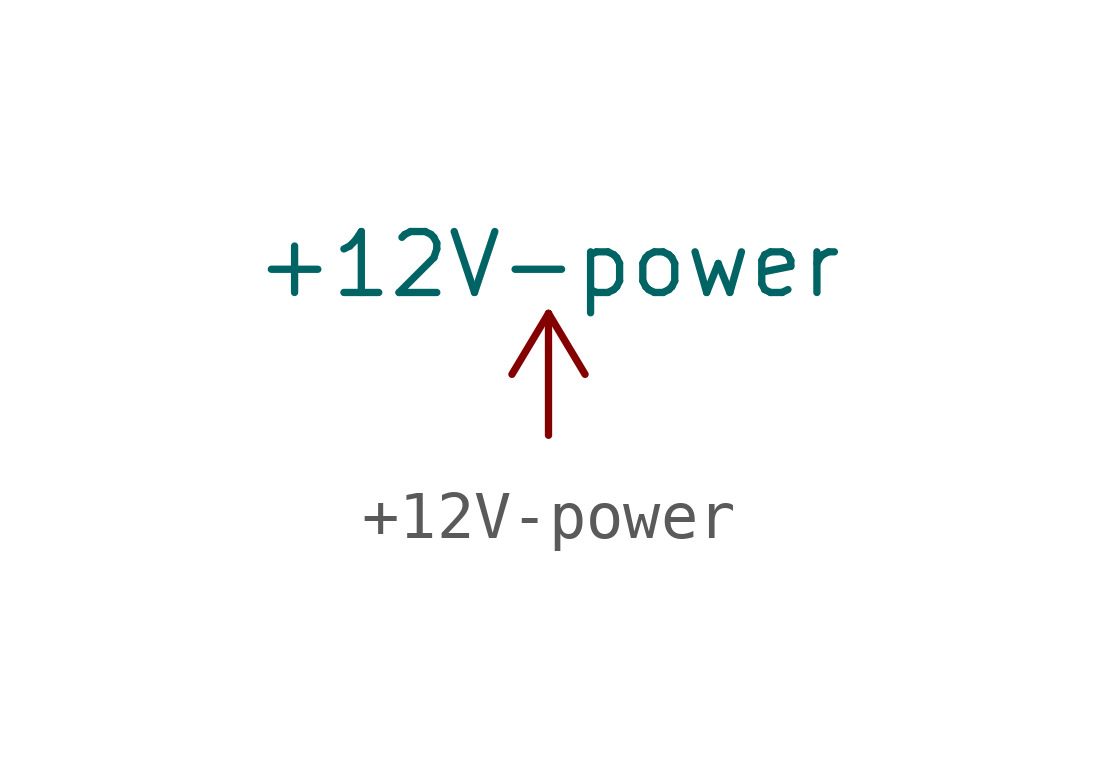
<source format=kicad_sym>
(kicad_symbol_lib
  (version 20211014)
  (generator kicad_symbol_editor)
  (symbol "+12V-power"
    (power)
    (pin_names
      (offset 0))
    (property "Reference" "#PWR"
      (at 0 -3.81 0)
      (effects (font (size 1.27 1.27)) hide))
    (property "Value" "+12V-power"
      (at 0 3.556 0)
      (effects (font (size 1.27 1.27))))
    (symbol "+12V-power_0_1"
      (polyline (pts (xy -0.762 1.27) (xy 0 2.54)) (stroke (width 0) (type default) (color 0 0 0 0)) (fill (type none)))
      (polyline (pts (xy 0 0) (xy 0 2.54)) (stroke (width 0) (type default) (color 0 0 0 0)) (fill (type none)))
      (polyline (pts (xy 0 2.54) (xy 0.762 1.27)) (stroke (width 0) (type default) (color 0 0 0 0)) (fill (type none))))
    (symbol "+12V-power_1_1"
      (pin power_in line (at 0 0 90) (length 0) hide (name "+12V" (effects (font (size 1.27 1.27)))) (number "1" (effects (font (size 1.27 1.27))))))))
</source>
